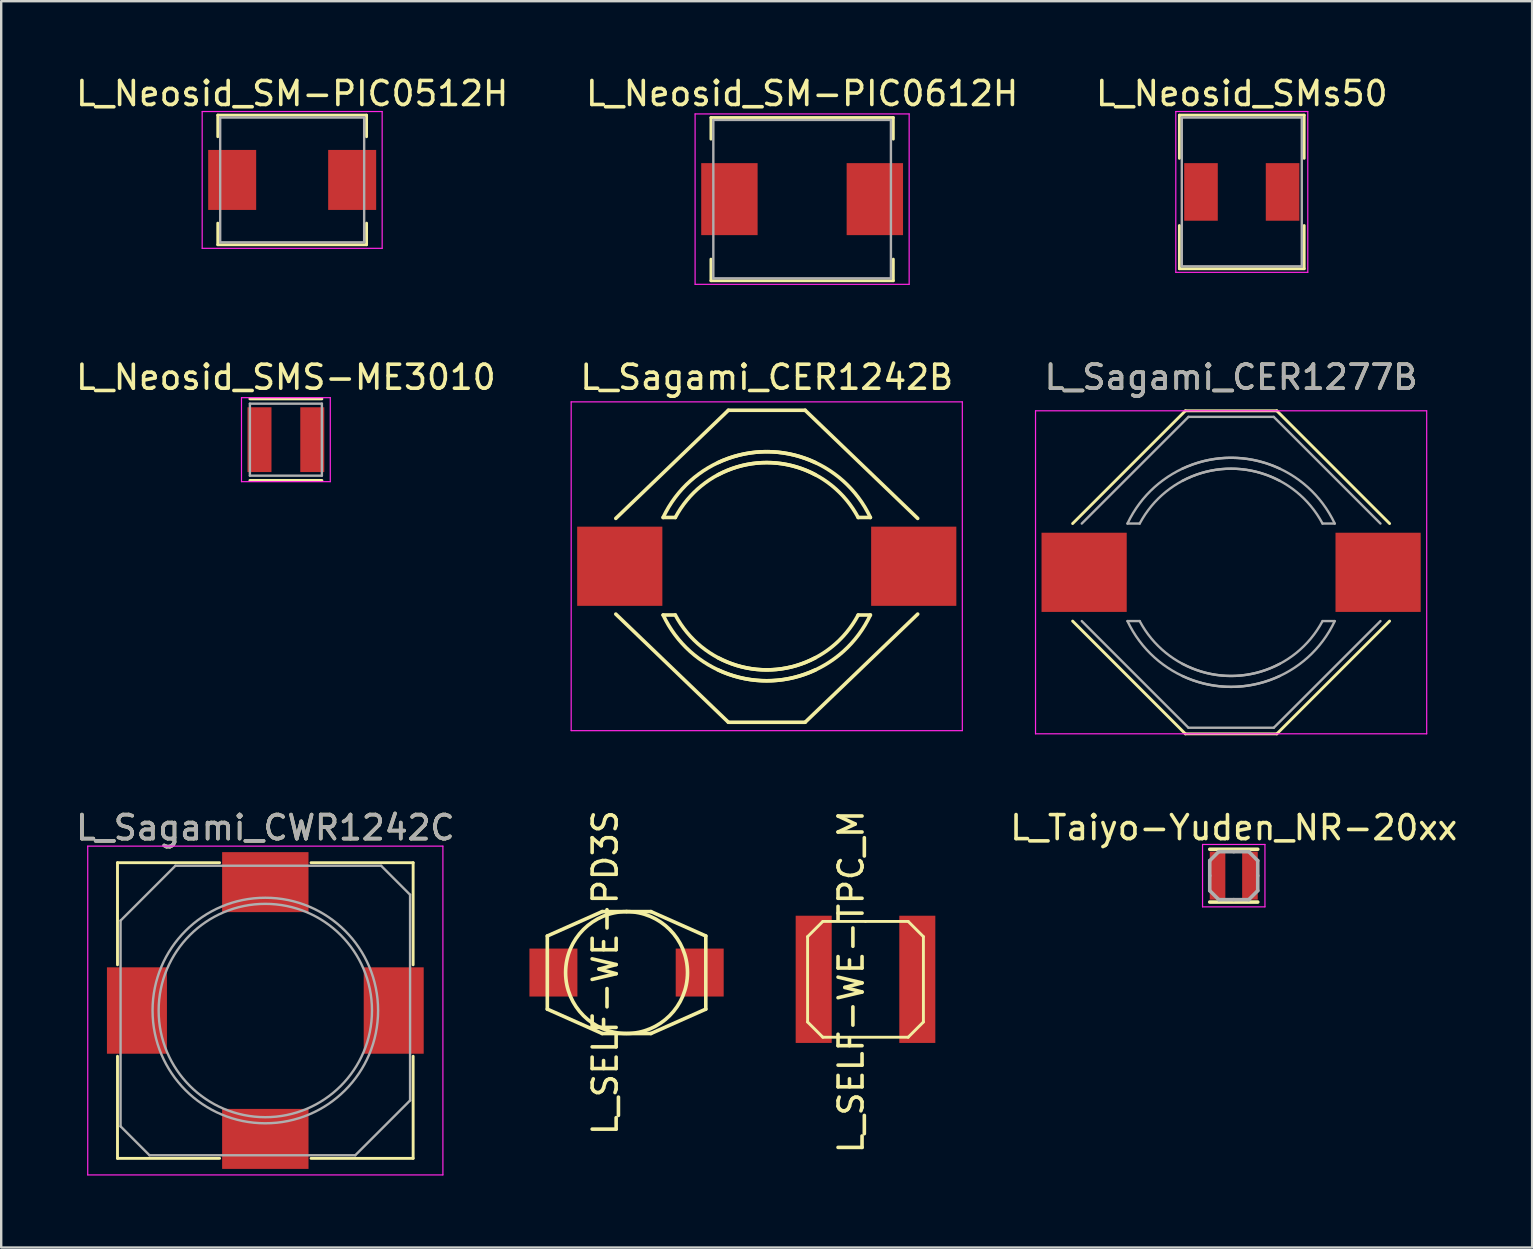
<source format=kicad_pcb>
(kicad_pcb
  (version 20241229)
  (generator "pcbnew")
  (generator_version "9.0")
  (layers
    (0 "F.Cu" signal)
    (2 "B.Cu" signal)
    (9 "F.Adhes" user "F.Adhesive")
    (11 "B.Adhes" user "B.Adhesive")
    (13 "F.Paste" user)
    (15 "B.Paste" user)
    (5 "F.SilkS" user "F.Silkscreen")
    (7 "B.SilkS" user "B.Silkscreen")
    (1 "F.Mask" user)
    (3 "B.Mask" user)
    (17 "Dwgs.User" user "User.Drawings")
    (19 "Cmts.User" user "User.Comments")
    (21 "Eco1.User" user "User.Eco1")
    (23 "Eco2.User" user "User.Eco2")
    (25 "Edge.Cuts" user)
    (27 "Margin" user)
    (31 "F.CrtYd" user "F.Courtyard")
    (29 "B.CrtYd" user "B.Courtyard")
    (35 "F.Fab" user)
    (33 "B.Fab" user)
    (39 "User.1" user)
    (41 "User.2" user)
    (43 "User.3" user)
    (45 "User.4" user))
  (footprint "L_Neosid_SM-PIC0612H"
    (layer "F.Cu")
    (at 30.375 5.248)
    (property "Reference" "L_Neosid_SM-PIC0612H" (at 0 -4.4 0) (layer "F.SilkS") (effects (font (size 1 1) (thickness 0.15))))
    (attr smd)
    (fp_line (start -3.8 -3.4) (end -3.8 -2.5) (stroke (width 0.12) (type solid)) (layer "F.SilkS"))
    (fp_line (start -3.8 2.5) (end -3.8 3.4) (stroke (width 0.12) (type solid)) (layer "F.SilkS"))
    (fp_line (start -3.8 3.4) (end 3.8 3.4) (stroke (width 0.12) (type solid)) (layer "F.SilkS"))
    (fp_line (start 3.8 -3.4) (end -3.8 -3.4) (stroke (width 0.12) (type solid)) (layer "F.SilkS"))
    (fp_line (start 3.8 -2.5) (end 3.8 -3.4) (stroke (width 0.12) (type solid)) (layer "F.SilkS"))
    (fp_line (start 3.8 3.4) (end 3.8 2.5) (stroke (width 0.12) (type solid)) (layer "F.SilkS"))
    (fp_line (start -4.46 -3.55) (end -4.46 3.55) (stroke (width 0.05) (type solid)) (layer "F.CrtYd"))
    (fp_line (start -4.46 -3.55) (end 4.46 -3.55) (stroke (width 0.05) (type solid)) (layer "F.CrtYd"))
    (fp_line (start 4.46 3.55) (end -4.46 3.55) (stroke (width 0.05) (type solid)) (layer "F.CrtYd"))
    (fp_line (start 4.46 3.55) (end 4.46 -3.55) (stroke (width 0.05) (type solid)) (layer "F.CrtYd"))
    (fp_line (start -3.7 -3.3) (end 3.7 -3.3) (stroke (width 0.1) (type solid)) (layer "F.Fab"))
    (fp_line (start -3.7 3.3) (end -3.7 -3.3) (stroke (width 0.1) (type solid)) (layer "F.Fab"))
    (fp_line (start 3.7 -3.3) (end 3.7 3.3) (stroke (width 0.1) (type solid)) (layer "F.Fab"))
    (fp_line (start 3.7 3.3) (end -3.7 3.3) (stroke (width 0.1) (type solid)) (layer "F.Fab"))
    (pad "1" smd rect (at -3.03 0) (size 2.35 3) (layers "F.Cu" "F.Mask" "F.Paste"))
    (pad "2" smd rect (at 3.03 0) (size 2.35 3) (layers "F.Cu" "F.Mask" "F.Paste")))
  (footprint "L_Neosid_SMs50"
    (layer "F.Cu")
    (at 48.696 4.948)
    (property "Reference" "L_Neosid_SMs50" (at 0 -4.1 0) (layer "F.SilkS") (effects (font (size 1 1) (thickness 0.15))))
    (attr smd)
    (fp_line (start -2.6 -3.2) (end 2.6 -3.2) (stroke (width 0.12) (type solid)) (layer "F.SilkS"))
    (fp_line (start -2.6 -1.4) (end -2.6 -3.2) (stroke (width 0.12) (type solid)) (layer "F.SilkS"))
    (fp_line (start -2.6 3.2) (end -2.6 1.4) (stroke (width 0.12) (type solid)) (layer "F.SilkS"))
    (fp_line (start 2.6 -3.2) (end 2.6 -1.4) (stroke (width 0.12) (type solid)) (layer "F.SilkS"))
    (fp_line (start 2.6 1.4) (end 2.6 3.2) (stroke (width 0.12) (type solid)) (layer "F.SilkS"))
    (fp_line (start 2.6 3.2) (end -2.6 3.2) (stroke (width 0.12) (type solid)) (layer "F.SilkS"))
    (fp_line (start -2.75 -3.35) (end -2.75 3.35) (stroke (width 0.05) (type solid)) (layer "F.CrtYd"))
    (fp_line (start -2.75 -3.35) (end 2.75 -3.35) (stroke (width 0.05) (type solid)) (layer "F.CrtYd"))
    (fp_line (start 2.75 3.35) (end -2.75 3.35) (stroke (width 0.05) (type solid)) (layer "F.CrtYd"))
    (fp_line (start 2.75 3.35) (end 2.75 -3.35) (stroke (width 0.05) (type solid)) (layer "F.CrtYd"))
    (fp_line (start -2.5 -3.1) (end 2.5 -3.1) (stroke (width 0.1) (type solid)) (layer "F.Fab"))
    (fp_line (start -2.5 3.1) (end -2.5 -3.1) (stroke (width 0.1) (type solid)) (layer "F.Fab"))
    (fp_line (start 2.5 -3.1) (end 2.5 3.1) (stroke (width 0.1) (type solid)) (layer "F.Fab"))
    (fp_line (start 2.5 3.1) (end -2.5 3.1) (stroke (width 0.1) (type solid)) (layer "F.Fab"))
    (pad "1" smd rect (at -1.7 0) (size 1.4 2.4) (layers "F.Cu" "F.Mask" "F.Paste"))
    (pad "2" smd rect (at 1.7 0) (size 1.4 2.4) (layers "F.Cu" "F.Mask" "F.Paste")))
  (footprint "L_Neosid_SM-PIC0512H"
    (layer "F.Cu")
    (at 9.125 4.448)
    (property "Reference" "L_Neosid_SM-PIC0512H" (at 0 -3.6 0) (layer "F.SilkS") (effects (font (size 1 1) (thickness 0.15))))
    (attr smd)
    (fp_line (start -3.1 -2.7) (end -3.1 -1.8) (stroke (width 0.12) (type solid)) (layer "F.SilkS"))
    (fp_line (start -3.1 2.7) (end -3.1 1.8) (stroke (width 0.12) (type solid)) (layer "F.SilkS"))
    (fp_line (start 3.1 -2.7) (end -3.1 -2.7) (stroke (width 0.12) (type solid)) (layer "F.SilkS"))
    (fp_line (start 3.1 -2.7) (end 3.1 -1.8) (stroke (width 0.12) (type solid)) (layer "F.SilkS"))
    (fp_line (start 3.1 1.8) (end 3.1 2.7) (stroke (width 0.12) (type solid)) (layer "F.SilkS"))
    (fp_line (start 3.1 2.7) (end -3.1 2.7) (stroke (width 0.12) (type solid)) (layer "F.SilkS"))
    (fp_line (start -3.75 -2.85) (end -3.75 2.85) (stroke (width 0.05) (type solid)) (layer "F.CrtYd"))
    (fp_line (start -3.75 -2.85) (end 3.75 -2.85) (stroke (width 0.05) (type solid)) (layer "F.CrtYd"))
    (fp_line (start 3.75 2.85) (end -3.75 2.85) (stroke (width 0.05) (type solid)) (layer "F.CrtYd"))
    (fp_line (start 3.75 2.85) (end 3.75 -2.85) (stroke (width 0.05) (type solid)) (layer "F.CrtYd"))
    (fp_line (start -3 -2.6) (end 3 -2.6) (stroke (width 0.1) (type solid)) (layer "F.Fab"))
    (fp_line (start -3 2.6) (end -3 -2.6) (stroke (width 0.1) (type solid)) (layer "F.Fab"))
    (fp_line (start 3 -2.6) (end 3 2.6) (stroke (width 0.1) (type solid)) (layer "F.Fab"))
    (fp_line (start 3 2.6) (end -3 2.6) (stroke (width 0.1) (type solid)) (layer "F.Fab"))
    (pad "1" smd rect (at -2.5 0 180) (size 2 2.5) (layers "F.Cu" "F.Mask" "F.Paste"))
    (pad "2" smd rect (at 2.5 0 180) (size 2 2.5) (layers "F.Cu" "F.Mask" "F.Paste")))
  (footprint "L_SELF-WE-PD3S"
    (layer "F.Cu")
    (at 23.059 37.477)
    (property "Reference" "L_SELF-WE-PD3S" (at -0.889 0 90) (layer "F.SilkS") (effects (font (size 1 1) (thickness 0.15))))
    (attr smd)
    (fp_line (start -3.302 -1.524) (end -1.016 -2.54) (stroke (width 0.15) (type solid)) (layer "F.SilkS"))
    (fp_line (start -3.302 1.524) (end -3.302 -1.524) (stroke (width 0.15) (type solid)) (layer "F.SilkS"))
    (fp_line (start -1.016 -2.54) (end 0 -2.54) (stroke (width 0.15) (type solid)) (layer "F.SilkS"))
    (fp_line (start -1.016 2.54) (end -3.302 1.524) (stroke (width 0.15) (type solid)) (layer "F.SilkS"))
    (fp_line (start 0 -2.54) (end 1.016 -2.54) (stroke (width 0.15) (type solid)) (layer "F.SilkS"))
    (fp_line (start 1.016 -2.54) (end 3.302 -1.524) (stroke (width 0.15) (type solid)) (layer "F.SilkS"))
    (fp_line (start 1.016 2.54) (end -1.016 2.54) (stroke (width 0.15) (type solid)) (layer "F.SilkS"))
    (fp_line (start 3.302 -1.524) (end 3.302 1.524) (stroke (width 0.15) (type solid)) (layer "F.SilkS"))
    (fp_line (start 3.302 1.524) (end 1.016 2.54) (stroke (width 0.15) (type solid)) (layer "F.SilkS"))
    (fp_circle (center 0 0) (end 0 2.54) (stroke (width 0.15) (type solid)) (fill no) (layer "F.SilkS"))
    (pad "1" smd rect (at -3.048 0) (size 1.999 1.999) (layers "F.Cu" "F.Mask" "F.Paste"))
    (pad "2" smd rect (at 3.048 0) (size 1.999 1.999) (layers "F.Cu" "F.Mask" "F.Paste")))
  (footprint "L_Taiyo-Yuden_NR-20xx"
    (layer "F.Cu")
    (at 48.361 33.439)
    (property "Reference" "L_Taiyo-Yuden_NR-20xx" (at 0 -2 0) (layer "F.SilkS") (effects (font (size 1 1) (thickness 0.15))))
    (attr smd)
    (fp_line (start -1 -1.1) (end 1 -1.1) (stroke (width 0.15) (type solid)) (layer "F.SilkS"))
    (fp_line (start -1 1.1) (end 1 1.1) (stroke (width 0.15) (type solid)) (layer "F.SilkS"))
    (fp_line (start -1.3 -1.3) (end -1.3 1.3) (stroke (width 0.05) (type solid)) (layer "F.CrtYd"))
    (fp_line (start -1.3 1.3) (end 1.3 1.3) (stroke (width 0.05) (type solid)) (layer "F.CrtYd"))
    (fp_line (start 1.3 -1.3) (end -1.3 -1.3) (stroke (width 0.05) (type solid)) (layer "F.CrtYd"))
    (fp_line (start 1.3 1.3) (end 1.3 -1.3) (stroke (width 0.05) (type solid)) (layer "F.CrtYd"))
    (fp_line (start -1 -0.625) (end -0.625 -1) (stroke (width 0.15) (type solid)) (layer "F.Fab"))
    (fp_line (start -1 0) (end -1 -0.625) (stroke (width 0.15) (type solid)) (layer "F.Fab"))
    (fp_line (start -1 0) (end -1 0.625) (stroke (width 0.15) (type solid)) (layer "F.Fab"))
    (fp_line (start -1 0.625) (end -0.625 1) (stroke (width 0.15) (type solid)) (layer "F.Fab"))
    (fp_line (start -0.625 -1) (end 0 -1) (stroke (width 0.15) (type solid)) (layer "F.Fab"))
    (fp_line (start -0.625 1) (end 0 1) (stroke (width 0.15) (type solid)) (layer "F.Fab"))
    (fp_line (start 0.625 -1) (end 0 -1) (stroke (width 0.15) (type solid)) (layer "F.Fab"))
    (fp_line (start 0.625 1) (end 0 1) (stroke (width 0.15) (type solid)) (layer "F.Fab"))
    (fp_line (start 1 -0.625) (end 0.625 -1) (stroke (width 0.15) (type solid)) (layer "F.Fab"))
    (fp_line (start 1 0) (end 1 -0.625) (stroke (width 0.15) (type solid)) (layer "F.Fab"))
    (fp_line (start 1 0) (end 1 0.625) (stroke (width 0.15) (type solid)) (layer "F.Fab"))
    (fp_line (start 1 0.625) (end 0.625 1) (stroke (width 0.15) (type solid)) (layer "F.Fab"))
    (pad "1" smd rect (at -0.675 0) (size 0.65 2) (layers "F.Cu" "F.Mask" "F.Paste"))
    (pad "2" smd rect (at 0.675 0) (size 0.65 2) (layers "F.Cu" "F.Mask" "F.Paste")))
  (footprint "L_Sagami_CER1277B"
    (layer "F.Cu")
    (at 48.251 20.799)
    (property "Reference" "L_Sagami_CER1277B" (at 0 -8.128 0) (layer "F.SilkS") (effects (font (size 1 1) (thickness 0.15))))
    (attr smd)
    (fp_line (start -6.604 -2.032) (end -1.905 -6.731) (stroke (width 0.12) (type solid)) (layer "F.SilkS"))
    (fp_line (start -6.604 2.032) (end -1.905 6.731) (stroke (width 0.12) (type solid)) (layer "F.SilkS"))
    (fp_line (start -1.905 -6.731) (end 1.905 -6.731) (stroke (width 0.12) (type solid)) (layer "F.SilkS"))
    (fp_line (start -1.905 6.731) (end 1.905 6.731) (stroke (width 0.12) (type solid)) (layer "F.SilkS"))
    (fp_line (start 1.905 -6.731) (end 6.604 -2.032) (stroke (width 0.12) (type solid)) (layer "F.SilkS"))
    (fp_line (start 1.905 6.731) (end 6.604 2.032) (stroke (width 0.12) (type solid)) (layer "F.SilkS"))
    (fp_line (start -8.15 -6.73) (end -8.15 6.73) (stroke (width 0.05) (type solid)) (layer "F.CrtYd"))
    (fp_line (start -8.15 -6.73) (end 8.15 -6.73) (stroke (width 0.05) (type solid)) (layer "F.CrtYd"))
    (fp_line (start -8.15 6.73) (end 8.15 6.73) (stroke (width 0.05) (type solid)) (layer "F.CrtYd"))
    (fp_line (start 8.15 -6.73) (end 8.15 6.73) (stroke (width 0.05) (type solid)) (layer "F.CrtYd"))
    (fp_line (start -6.223 -2.032) (end -1.778 -6.477) (stroke (width 0.1) (type solid)) (layer "F.Fab"))
    (fp_line (start -6.223 2.032) (end -1.778 6.477) (stroke (width 0.1) (type solid)) (layer "F.Fab"))
    (fp_line (start -3.81 -2.032) (end -4.318 -2.032) (stroke (width 0.1) (type solid)) (layer "F.Fab"))
    (fp_line (start -3.81 2.032) (end -4.318 2.032) (stroke (width 0.1) (type solid)) (layer "F.Fab"))
    (fp_line (start -1.778 6.477) (end 1.778 6.477) (stroke (width 0.1) (type solid)) (layer "F.Fab"))
    (fp_line (start 1.778 -6.477) (end -1.778 -6.477) (stroke (width 0.1) (type solid)) (layer "F.Fab"))
    (fp_line (start 1.778 6.477) (end 6.223 2.032) (stroke (width 0.1) (type solid)) (layer "F.Fab"))
    (fp_line (start 3.81 -2.032) (end 4.318 -2.032) (stroke (width 0.1) (type solid)) (layer "F.Fab"))
    (fp_line (start 3.81 2.032) (end 4.318 2.032) (stroke (width 0.1) (type solid)) (layer "F.Fab"))
    (fp_line (start 6.223 -2.032) (end 1.778 -6.477) (stroke (width 0.1) (type solid)) (layer "F.Fab"))
    (fp_arc (start -4.318 -2.032) (mid -1.616446 -4.490128) (end 2.032 -4.318) (stroke (width 0.1) (type solid)) (layer "F.Fab"))
    (fp_arc (start -3.81 -2.032) (mid -1.257236 -4.130918) (end 2.032 -3.81) (stroke (width 0.1) (type solid)) (layer "F.Fab"))
    (fp_arc (start -2.032 -4.318) (mid 1.616446 -4.490128) (end 4.318 -2.032) (stroke (width 0.1) (type solid)) (layer "F.Fab"))
    (fp_arc (start -2.032 -3.81) (mid 1.257236 -4.130918) (end 3.81 -2.032) (stroke (width 0.1) (type solid)) (layer "F.Fab"))
    (fp_arc (start 2.032 3.81) (mid -1.257236 4.130918) (end -3.81 2.032) (stroke (width 0.1) (type solid)) (layer "F.Fab"))
    (fp_arc (start 2.032 4.318) (mid -1.616446 4.490128) (end -4.318 2.032) (stroke (width 0.1) (type solid)) (layer "F.Fab"))
    (fp_arc (start 3.81 2.032) (mid 1.257236 4.130918) (end -2.032 3.81) (stroke (width 0.1) (type solid)) (layer "F.Fab"))
    (fp_arc (start 4.318 2.032) (mid 1.616446 4.490128) (end -2.032 4.318) (stroke (width 0.1) (type solid)) (layer "F.Fab"))
    (fp_text user "${REFERENCE}" (at 0 -8.128 0) (layer "F.Fab") (effects (font (size 1 1) (thickness 0.15))))
    (pad "1" smd rect (at -6.125 0) (size 3.55 3.3) (layers "F.Cu" "F.Mask" "F.Paste"))
    (pad "2" smd rect (at 6.125 0) (size 3.55 3.3) (layers "F.Cu" "F.Mask" "F.Paste")))
  (footprint "L_Sagami_CER1242B"
    (layer "F.Cu")
    (at 28.901 20.546)
    (property "Reference" "L_Sagami_CER1242B" (at 0 -7.874 0) (layer "F.SilkS") (effects (font (size 1 1) (thickness 0.15))))
    (attr smd)
    (fp_line (start -6.29 1.994) (end -1.6 6.5) (stroke (width 0.15) (type solid)) (layer "F.SilkS"))
    (fp_line (start -3.81 -2.032) (end -4.318 -2.032) (stroke (width 0.15) (type solid)) (layer "F.SilkS"))
    (fp_line (start -3.81 2.032) (end -4.318 2.032) (stroke (width 0.15) (type solid)) (layer "F.SilkS"))
    (fp_line (start -1.6 -6.5) (end -6.29 -1.994) (stroke (width 0.15) (type solid)) (layer "F.SilkS"))
    (fp_line (start -1.6 -6.5) (end 1.6 -6.5) (stroke (width 0.15) (type solid)) (layer "F.SilkS"))
    (fp_line (start -1.6 6.5) (end 1.6 6.5) (stroke (width 0.15) (type solid)) (layer "F.SilkS"))
    (fp_line (start 1.6 -6.5) (end 6.29 -1.994) (stroke (width 0.15) (type solid)) (layer "F.SilkS"))
    (fp_line (start 3.81 -2.032) (end 4.318 -2.032) (stroke (width 0.15) (type solid)) (layer "F.SilkS"))
    (fp_line (start 3.81 2.032) (end 4.318 2.032) (stroke (width 0.15) (type solid)) (layer "F.SilkS"))
    (fp_line (start 6.29 1.994) (end 1.6 6.5) (stroke (width 0.15) (type solid)) (layer "F.SilkS"))
    (fp_arc (start -4.318 -2.032) (mid -1.616446 -4.490128) (end 2.032 -4.318) (stroke (width 0.15) (type solid)) (layer "F.SilkS"))
    (fp_arc (start -3.81 -2.032) (mid -1.257236 -4.130918) (end 2.032 -3.81) (stroke (width 0.15) (type solid)) (layer "F.SilkS"))
    (fp_arc (start -2.032 -4.318) (mid 1.616446 -4.490128) (end 4.318 -2.032) (stroke (width 0.15) (type solid)) (layer "F.SilkS"))
    (fp_arc (start -2.032 -3.81) (mid 1.257236 -4.130918) (end 3.81 -2.032) (stroke (width 0.15) (type solid)) (layer "F.SilkS"))
    (fp_arc (start 2.032 3.81) (mid -1.257236 4.130918) (end -3.81 2.032) (stroke (width 0.15) (type solid)) (layer "F.SilkS"))
    (fp_arc (start 2.032 4.318) (mid -1.616446 4.490128) (end -4.318 2.032) (stroke (width 0.15) (type solid)) (layer "F.SilkS"))
    (fp_arc (start 3.81 2.032) (mid 1.257236 4.130918) (end -2.032 3.81) (stroke (width 0.15) (type solid)) (layer "F.SilkS"))
    (fp_arc (start 4.318 2.032) (mid 1.616446 4.490128) (end -2.032 4.318) (stroke (width 0.15) (type solid)) (layer "F.SilkS"))
    (fp_line (start -8.15 -6.85) (end 8.15 -6.85) (stroke (width 0.05) (type solid)) (layer "F.CrtYd"))
    (fp_line (start -8.15 6.85) (end -8.15 -6.85) (stroke (width 0.05) (type solid)) (layer "F.CrtYd"))
    (fp_line (start 8.15 -6.85) (end 8.15 6.85) (stroke (width 0.05) (type solid)) (layer "F.CrtYd"))
    (fp_line (start 8.15 6.85) (end -8.15 6.85) (stroke (width 0.05) (type solid)) (layer "F.CrtYd"))
    (pad "1" smd rect (at -6.125 0) (size 3.55 3.3) (layers "F.Cu" "F.Mask" "F.Paste"))
    (pad "2" smd rect (at 6.125 0) (size 3.55 3.3) (layers "F.Cu" "F.Mask" "F.Paste")))
  (footprint "L_SELF-WE-TPC_M"
    (layer "F.Cu")
    (at 33.016 37.759)
    (property "Reference" "L_SELF-WE-TPC_M" (at -0.599 0.099 90) (layer "F.SilkS") (effects (font (size 1 1) (thickness 0.15))))
    (attr smd)
    (fp_line (start -2.413 -1.778) (end -1.778 -2.413) (stroke (width 0.12) (type solid)) (layer "F.SilkS"))
    (fp_line (start -2.413 1.778) (end -2.413 -1.778) (stroke (width 0.12) (type solid)) (layer "F.SilkS"))
    (fp_line (start -1.778 -2.413) (end 0 -2.413) (stroke (width 0.12) (type solid)) (layer "F.SilkS"))
    (fp_line (start -1.778 2.413) (end -2.413 1.778) (stroke (width 0.12) (type solid)) (layer "F.SilkS"))
    (fp_line (start 0 -2.413) (end 1.778 -2.413) (stroke (width 0.12) (type solid)) (layer "F.SilkS"))
    (fp_line (start 1.778 -2.413) (end 2.413 -1.778) (stroke (width 0.12) (type solid)) (layer "F.SilkS"))
    (fp_line (start 1.778 2.413) (end -1.778 2.413) (stroke (width 0.12) (type solid)) (layer "F.SilkS"))
    (fp_line (start 2.413 -1.778) (end 2.413 1.778) (stroke (width 0.12) (type solid)) (layer "F.SilkS"))
    (fp_line (start 2.413 1.778) (end 1.778 2.413) (stroke (width 0.12) (type solid)) (layer "F.SilkS"))
    (pad "1" smd rect (at -2.159 0) (size 1.501 5.301) (layers "F.Cu" "F.Mask" "F.Paste"))
    (pad "2" smd rect (at 2.159 0) (size 1.501 5.301) (layers "F.Cu" "F.Mask" "F.Paste")))
  (footprint "L_Neosid_SMS-ME3010"
    (layer "F.Cu")
    (at 8.863 15.271)
    (property "Reference" "L_Neosid_SMS-ME3010" (at 0 -2.6 0) (layer "F.SilkS") (effects (font (size 1 1) (thickness 0.15))))
    (attr smd)
    (fp_line (start 1.5 -1.7) (end -1.5 -1.7) (stroke (width 0.12) (type solid)) (layer "F.SilkS"))
    (fp_line (start 1.5 1.7) (end -1.5 1.7) (stroke (width 0.12) (type solid)) (layer "F.SilkS"))
    (fp_line (start -1.85 -1.75) (end -1.85 1.75) (stroke (width 0.05) (type solid)) (layer "F.CrtYd"))
    (fp_line (start -1.85 -1.75) (end 1.85 -1.75) (stroke (width 0.05) (type solid)) (layer "F.CrtYd"))
    (fp_line (start 1.85 1.75) (end -1.85 1.75) (stroke (width 0.05) (type solid)) (layer "F.CrtYd"))
    (fp_line (start 1.85 1.75) (end 1.85 -1.75) (stroke (width 0.05) (type solid)) (layer "F.CrtYd"))
    (fp_line (start -1.5 -1.5) (end -1.5 1.5) (stroke (width 0.1) (type solid)) (layer "F.Fab"))
    (fp_line (start -1.5 1.5) (end 1.5 1.5) (stroke (width 0.1) (type solid)) (layer "F.Fab"))
    (fp_line (start 1.5 -1.5) (end -1.5 -1.5) (stroke (width 0.1) (type solid)) (layer "F.Fab"))
    (fp_line (start 1.5 1.5) (end 1.5 -1.5) (stroke (width 0.1) (type solid)) (layer "F.Fab"))
    (pad "1" smd rect (at -1.1 0) (size 1 2.7) (layers "F.Cu" "F.Mask" "F.Paste"))
    (pad "2" smd rect (at 1.1 0) (size 1 2.7) (layers "F.Cu" "F.Mask" "F.Paste")))
  (footprint "L_Sagami_CWR1242C"
    (layer "F.Cu")
    (at 8.006 39.059)
    (property "Reference" "L_Sagami_CWR1242C" (at 0 -7.62 0) (layer "F.SilkS") (effects (font (size 1 1) (thickness 0.15))))
    (attr smd)
    (fp_line (start -6.16 -6.16) (end -6.16 -1.905) (stroke (width 0.12) (type solid)) (layer "F.SilkS"))
    (fp_line (start -6.16 -6.16) (end -1.905 -6.16) (stroke (width 0.12) (type solid)) (layer "F.SilkS"))
    (fp_line (start -6.16 1.905) (end -6.16 6.16) (stroke (width 0.12) (type solid)) (layer "F.SilkS"))
    (fp_line (start -6.16 6.16) (end -1.905 6.16) (stroke (width 0.12) (type solid)) (layer "F.SilkS"))
    (fp_line (start 1.905 6.16) (end 6.16 6.16) (stroke (width 0.12) (type solid)) (layer "F.SilkS"))
    (fp_line (start 6.16 -6.16) (end 1.905 -6.16) (stroke (width 0.12) (type solid)) (layer "F.SilkS"))
    (fp_line (start 6.16 -1.905) (end 6.16 -6.16) (stroke (width 0.12) (type solid)) (layer "F.SilkS"))
    (fp_line (start 6.16 6.16) (end 6.16 1.905) (stroke (width 0.12) (type solid)) (layer "F.SilkS"))
    (fp_line (start -7.4 -6.85) (end -7.4 6.85) (stroke (width 0.05) (type solid)) (layer "F.CrtYd"))
    (fp_line (start -7.4 -6.85) (end 7.4 -6.85) (stroke (width 0.05) (type solid)) (layer "F.CrtYd"))
    (fp_line (start -7.4 6.85) (end 7.4 6.85) (stroke (width 0.05) (type solid)) (layer "F.CrtYd"))
    (fp_line (start 7.4 -6.85) (end 7.4 6.85) (stroke (width 0.05) (type solid)) (layer "F.CrtYd"))
    (fp_line (start -6.032 -3.747) (end -3.747 -6.032) (stroke (width 0.1) (type solid)) (layer "F.Fab"))
    (fp_line (start -6.032 4.826) (end -6.032 -3.747) (stroke (width 0.1) (type solid)) (layer "F.Fab"))
    (fp_line (start -6.032 4.826) (end -4.826 6.032) (stroke (width 0.1) (type solid)) (layer "F.Fab"))
    (fp_line (start -3.747 -6.032) (end 4.826 -6.032) (stroke (width 0.1) (type solid)) (layer "F.Fab"))
    (fp_line (start 3.747 6.032) (end -4.826 6.032) (stroke (width 0.1) (type solid)) (layer "F.Fab"))
    (fp_line (start 3.747 6.032) (end 6.032 3.747) (stroke (width 0.1) (type solid)) (layer "F.Fab"))
    (fp_line (start 4.826 -6.032) (end 6.032 -4.826) (stroke (width 0.1) (type solid)) (layer "F.Fab"))
    (fp_line (start 6.032 -4.826) (end 6.032 3.747) (stroke (width 0.1) (type solid)) (layer "F.Fab"))
    (fp_circle (center 0 0) (end 4.445 0) (stroke (width 0.1) (type solid)) (fill no) (layer "F.Fab"))
    (fp_circle (center 0 0) (end 4.699 0) (stroke (width 0.1) (type solid)) (fill no) (layer "F.Fab"))
    (fp_text user "${REFERENCE}" (at 0 -7.62 0) (layer "F.Fab") (effects (font (size 1 1) (thickness 0.15))))
    (pad "1" smd rect (at -5.35 0) (size 2.5 3.6) (layers "F.Cu" "F.Mask" "F.Paste"))
    (pad "1" smd rect (at 0 -5.35) (size 3.6 2.5) (layers "F.Cu" "F.Mask" "F.Paste"))
    (pad "2" smd rect (at 0 5.35) (size 3.6 2.5) (layers "F.Cu" "F.Mask" "F.Paste"))
    (pad "2" smd rect (at 5.35 0) (size 2.5 3.6) (layers "F.Cu" "F.Mask" "F.Paste")))
  (gr_rect
    (start -3 -3)
    (end 60.795 48.934)
    (stroke (width 0.1) (type default))
    (fill no)
    (layer "Edge.Cuts")))
</source>
